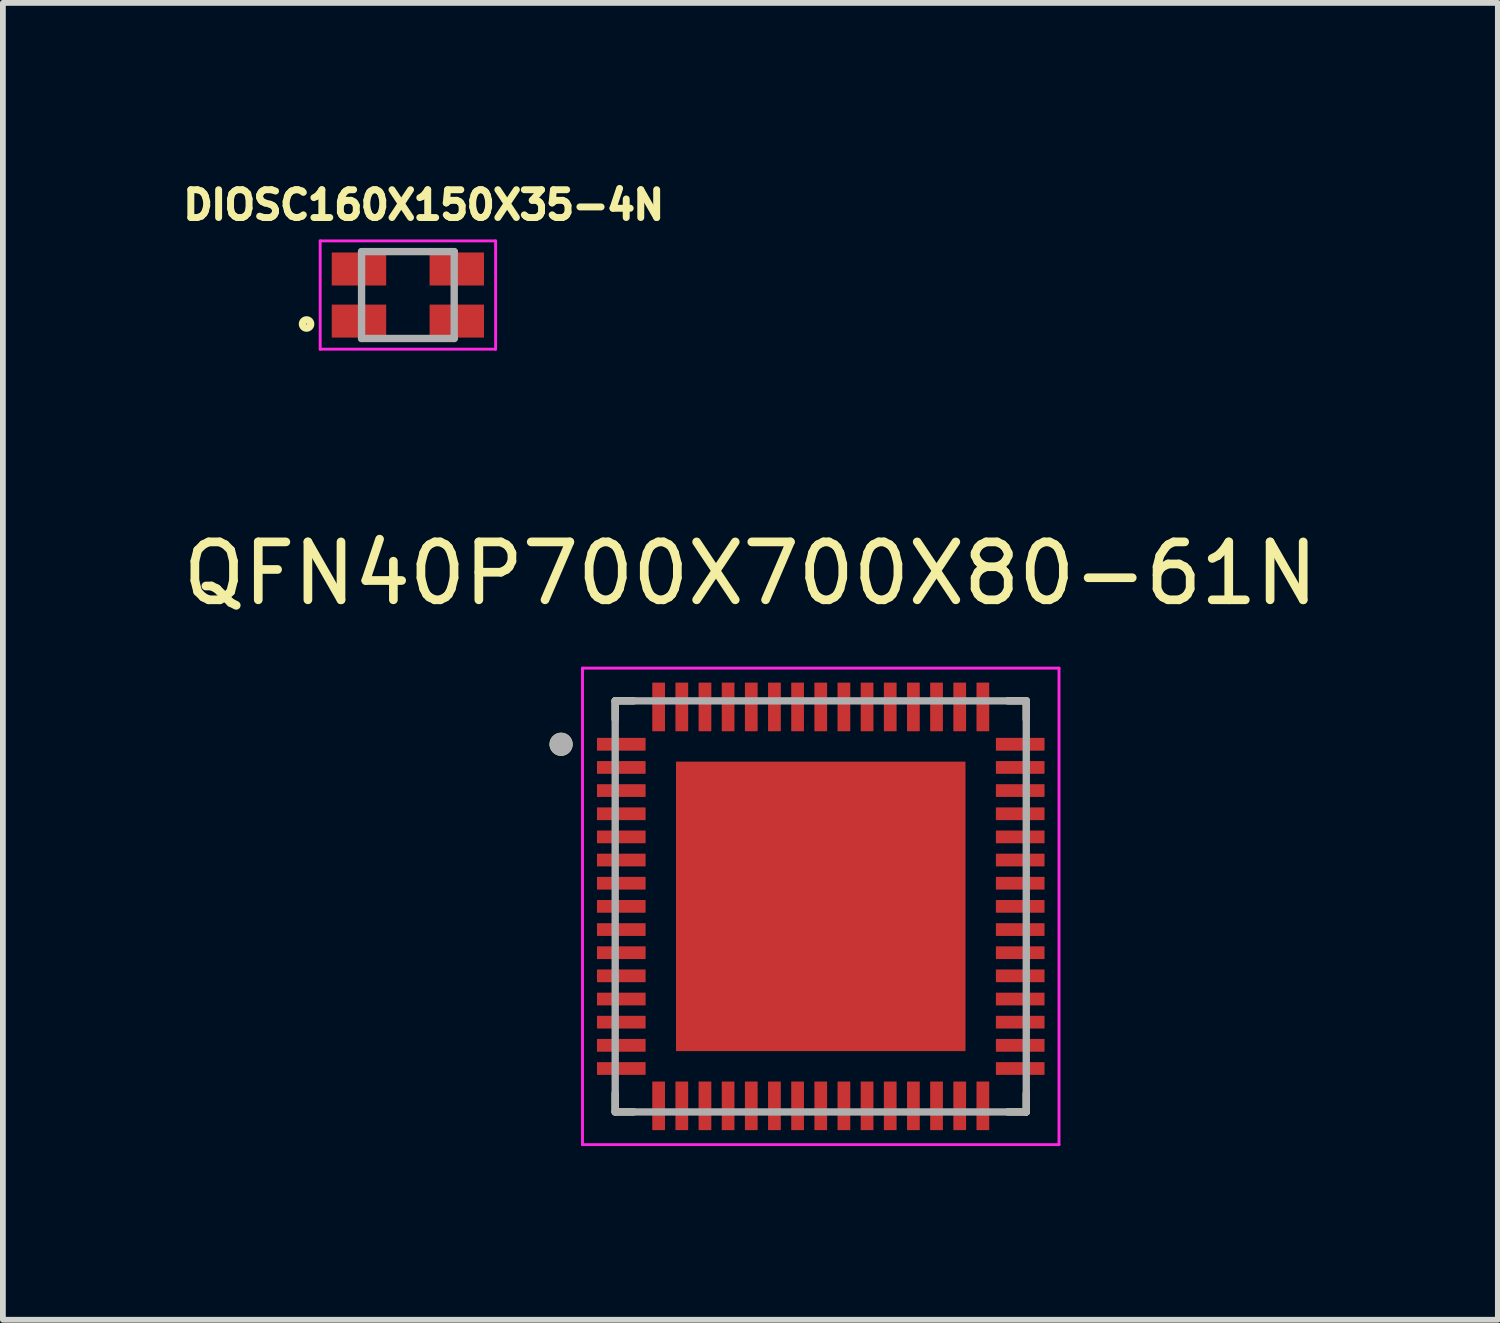
<source format=kicad_pcb>
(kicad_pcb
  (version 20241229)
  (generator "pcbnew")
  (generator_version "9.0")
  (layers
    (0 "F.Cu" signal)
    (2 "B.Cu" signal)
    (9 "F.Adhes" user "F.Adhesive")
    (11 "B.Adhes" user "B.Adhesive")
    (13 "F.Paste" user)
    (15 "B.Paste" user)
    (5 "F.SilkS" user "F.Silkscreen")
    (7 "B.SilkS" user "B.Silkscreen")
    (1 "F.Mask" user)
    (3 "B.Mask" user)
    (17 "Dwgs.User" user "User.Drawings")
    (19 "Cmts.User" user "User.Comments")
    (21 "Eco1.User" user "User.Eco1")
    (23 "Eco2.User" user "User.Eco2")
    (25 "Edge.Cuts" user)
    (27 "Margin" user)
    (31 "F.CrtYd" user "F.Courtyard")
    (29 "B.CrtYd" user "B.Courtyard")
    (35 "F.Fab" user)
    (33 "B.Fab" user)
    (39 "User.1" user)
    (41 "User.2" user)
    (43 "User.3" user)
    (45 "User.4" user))
  (footprint "QFN40P700X700X80-61N"
    (layer "F.Cu")
    (at 11.126 12.605)
    (property "Reference" "QFN40P700X700X80-61N" (at -1.215 -5.75 0) (layer "F.SilkS") (effects (font (size 1 1) (thickness 0.15))))
    (attr through_hole)
    (fp_line (start -3.55 -3.55) (end -3.55 -3.23) (stroke (width 0.127) (type solid)) (layer "F.SilkS"))
    (fp_line (start -3.55 -3.55) (end -3.23 -3.55) (stroke (width 0.127) (type solid)) (layer "F.SilkS"))
    (fp_line (start -3.55 3.55) (end -3.55 3.23) (stroke (width 0.127) (type solid)) (layer "F.SilkS"))
    (fp_line (start -3.55 3.55) (end -3.23 3.55) (stroke (width 0.127) (type solid)) (layer "F.SilkS"))
    (fp_line (start 3.55 -3.55) (end 3.23 -3.55) (stroke (width 0.127) (type solid)) (layer "F.SilkS"))
    (fp_line (start 3.55 -3.55) (end 3.55 -3.23) (stroke (width 0.127) (type solid)) (layer "F.SilkS"))
    (fp_line (start 3.55 3.55) (end 3.23 3.55) (stroke (width 0.127) (type solid)) (layer "F.SilkS"))
    (fp_line (start 3.55 3.55) (end 3.55 3.23) (stroke (width 0.127) (type solid)) (layer "F.SilkS"))
    (fp_circle (center -4.485 -2.8) (end -4.385 -2.8) (stroke (width 0.2) (type solid)) (fill no) (layer "F.SilkS"))
    (fp_poly (pts (xy -2.04 -2.04) (xy -0.46 -2.04) (xy -0.46 -0.46) (xy -2.04 -0.46)) (stroke (width 0.01) (type solid)) (fill yes) (layer "F.Paste"))
    (fp_poly (pts (xy -2.04 0.46) (xy -0.46 0.46) (xy -0.46 2.04) (xy -2.04 2.04)) (stroke (width 0.01) (type solid)) (fill yes) (layer "F.Paste"))
    (fp_poly (pts (xy 0.46 -2.04) (xy 2.04 -2.04) (xy 2.04 -0.46) (xy 0.46 -0.46)) (stroke (width 0.01) (type solid)) (fill yes) (layer "F.Paste"))
    (fp_poly (pts (xy 0.46 0.46) (xy 2.04 0.46) (xy 2.04 2.04) (xy 0.46 2.04)) (stroke (width 0.01) (type solid)) (fill yes) (layer "F.Paste"))
    (fp_line (start -4.115 -4.115) (end 4.115 -4.115) (stroke (width 0.05) (type solid)) (layer "F.CrtYd"))
    (fp_line (start -4.115 4.115) (end -4.115 -4.115) (stroke (width 0.05) (type solid)) (layer "F.CrtYd"))
    (fp_line (start -4.115 4.115) (end 4.115 4.115) (stroke (width 0.05) (type solid)) (layer "F.CrtYd"))
    (fp_line (start 4.115 4.115) (end 4.115 -4.115) (stroke (width 0.05) (type solid)) (layer "F.CrtYd"))
    (fp_line (start -3.55 3.55) (end -3.55 -3.55) (stroke (width 0.127) (type solid)) (layer "F.Fab"))
    (fp_line (start 3.55 -3.55) (end -3.55 -3.55) (stroke (width 0.127) (type solid)) (layer "F.Fab"))
    (fp_line (start 3.55 3.55) (end -3.55 3.55) (stroke (width 0.127) (type solid)) (layer "F.Fab"))
    (fp_line (start 3.55 3.55) (end 3.55 -3.55) (stroke (width 0.127) (type solid)) (layer "F.Fab"))
    (fp_circle (center -4.485 -2.8) (end -4.385 -2.8) (stroke (width 0.2) (type solid)) (fill no) (layer "F.Fab"))
    (pad "1" smd roundrect (at -3.445 -2.8) (size 0.84 0.22) (layers "F.Cu" "F.Mask" "F.Paste") (roundrect_rratio 0.03))
    (pad "2" smd roundrect (at -3.445 -2.4) (size 0.84 0.22) (layers "F.Cu" "F.Mask" "F.Paste") (roundrect_rratio 0.03))
    (pad "3" smd roundrect (at -3.445 -2) (size 0.84 0.22) (layers "F.Cu" "F.Mask" "F.Paste") (roundrect_rratio 0.03))
    (pad "4" smd roundrect (at -3.445 -1.6) (size 0.84 0.22) (layers "F.Cu" "F.Mask" "F.Paste") (roundrect_rratio 0.03))
    (pad "5" smd roundrect (at -3.445 -1.2) (size 0.84 0.22) (layers "F.Cu" "F.Mask" "F.Paste") (roundrect_rratio 0.03))
    (pad "6" smd roundrect (at -3.445 -0.8) (size 0.84 0.22) (layers "F.Cu" "F.Mask" "F.Paste") (roundrect_rratio 0.03))
    (pad "7" smd roundrect (at -3.445 -0.4) (size 0.84 0.22) (layers "F.Cu" "F.Mask" "F.Paste") (roundrect_rratio 0.03))
    (pad "8" smd roundrect (at -3.445 0) (size 0.84 0.22) (layers "F.Cu" "F.Mask" "F.Paste") (roundrect_rratio 0.03))
    (pad "9" smd roundrect (at -3.445 0.4) (size 0.84 0.22) (layers "F.Cu" "F.Mask" "F.Paste") (roundrect_rratio 0.03))
    (pad "10" smd roundrect (at -3.445 0.8) (size 0.84 0.22) (layers "F.Cu" "F.Mask" "F.Paste") (roundrect_rratio 0.03))
    (pad "11" smd roundrect (at -3.445 1.2) (size 0.84 0.22) (layers "F.Cu" "F.Mask" "F.Paste") (roundrect_rratio 0.03))
    (pad "12" smd roundrect (at -3.445 1.6) (size 0.84 0.22) (layers "F.Cu" "F.Mask" "F.Paste") (roundrect_rratio 0.03))
    (pad "13" smd roundrect (at -3.445 2) (size 0.84 0.22) (layers "F.Cu" "F.Mask" "F.Paste") (roundrect_rratio 0.03))
    (pad "14" smd roundrect (at -3.445 2.4) (size 0.84 0.22) (layers "F.Cu" "F.Mask" "F.Paste") (roundrect_rratio 0.03))
    (pad "15" smd roundrect (at -3.445 2.8) (size 0.84 0.22) (layers "F.Cu" "F.Mask" "F.Paste") (roundrect_rratio 0.03))
    (pad "16" smd roundrect (at -2.8 3.445) (size 0.22 0.84) (layers "F.Cu" "F.Mask" "F.Paste") (roundrect_rratio 0.03))
    (pad "17" smd roundrect (at -2.4 3.445) (size 0.22 0.84) (layers "F.Cu" "F.Mask" "F.Paste") (roundrect_rratio 0.03))
    (pad "18" smd roundrect (at -2 3.445) (size 0.22 0.84) (layers "F.Cu" "F.Mask" "F.Paste") (roundrect_rratio 0.03))
    (pad "19" smd roundrect (at -1.6 3.445) (size 0.22 0.84) (layers "F.Cu" "F.Mask" "F.Paste") (roundrect_rratio 0.03))
    (pad "20" smd roundrect (at -1.2 3.445) (size 0.22 0.84) (layers "F.Cu" "F.Mask" "F.Paste") (roundrect_rratio 0.03))
    (pad "21" smd roundrect (at -0.8 3.445) (size 0.22 0.84) (layers "F.Cu" "F.Mask" "F.Paste") (roundrect_rratio 0.03))
    (pad "22" smd roundrect (at -0.4 3.445) (size 0.22 0.84) (layers "F.Cu" "F.Mask" "F.Paste") (roundrect_rratio 0.03))
    (pad "23" smd roundrect (at 0 3.445) (size 0.22 0.84) (layers "F.Cu" "F.Mask" "F.Paste") (roundrect_rratio 0.03))
    (pad "24" smd roundrect (at 0.4 3.445) (size 0.22 0.84) (layers "F.Cu" "F.Mask" "F.Paste") (roundrect_rratio 0.03))
    (pad "25" smd roundrect (at 0.8 3.445) (size 0.22 0.84) (layers "F.Cu" "F.Mask" "F.Paste") (roundrect_rratio 0.03))
    (pad "26" smd roundrect (at 1.2 3.445) (size 0.22 0.84) (layers "F.Cu" "F.Mask" "F.Paste") (roundrect_rratio 0.03))
    (pad "27" smd roundrect (at 1.6 3.445) (size 0.22 0.84) (layers "F.Cu" "F.Mask" "F.Paste") (roundrect_rratio 0.03))
    (pad "28" smd roundrect (at 2 3.445) (size 0.22 0.84) (layers "F.Cu" "F.Mask" "F.Paste") (roundrect_rratio 0.03))
    (pad "29" smd roundrect (at 2.4 3.445) (size 0.22 0.84) (layers "F.Cu" "F.Mask" "F.Paste") (roundrect_rratio 0.03))
    (pad "30" smd roundrect (at 2.8 3.445) (size 0.22 0.84) (layers "F.Cu" "F.Mask" "F.Paste") (roundrect_rratio 0.03))
    (pad "31" smd roundrect (at 3.445 2.8) (size 0.84 0.22) (layers "F.Cu" "F.Mask" "F.Paste") (roundrect_rratio 0.03))
    (pad "32" smd roundrect (at 3.445 2.4) (size 0.84 0.22) (layers "F.Cu" "F.Mask" "F.Paste") (roundrect_rratio 0.03))
    (pad "33" smd roundrect (at 3.445 2) (size 0.84 0.22) (layers "F.Cu" "F.Mask" "F.Paste") (roundrect_rratio 0.03))
    (pad "34" smd roundrect (at 3.445 1.6) (size 0.84 0.22) (layers "F.Cu" "F.Mask" "F.Paste") (roundrect_rratio 0.03))
    (pad "35" smd roundrect (at 3.445 1.2) (size 0.84 0.22) (layers "F.Cu" "F.Mask" "F.Paste") (roundrect_rratio 0.03))
    (pad "36" smd roundrect (at 3.445 0.8) (size 0.84 0.22) (layers "F.Cu" "F.Mask" "F.Paste") (roundrect_rratio 0.03))
    (pad "37" smd roundrect (at 3.445 0.4) (size 0.84 0.22) (layers "F.Cu" "F.Mask" "F.Paste") (roundrect_rratio 0.03))
    (pad "38" smd roundrect (at 3.445 0) (size 0.84 0.22) (layers "F.Cu" "F.Mask" "F.Paste") (roundrect_rratio 0.03))
    (pad "39" smd roundrect (at 3.445 -0.4) (size 0.84 0.22) (layers "F.Cu" "F.Mask" "F.Paste") (roundrect_rratio 0.03))
    (pad "40" smd roundrect (at 3.445 -0.8) (size 0.84 0.22) (layers "F.Cu" "F.Mask" "F.Paste") (roundrect_rratio 0.03))
    (pad "41" smd roundrect (at 3.445 -1.2) (size 0.84 0.22) (layers "F.Cu" "F.Mask" "F.Paste") (roundrect_rratio 0.03))
    (pad "42" smd roundrect (at 3.445 -1.6) (size 0.84 0.22) (layers "F.Cu" "F.Mask" "F.Paste") (roundrect_rratio 0.03))
    (pad "43" smd roundrect (at 3.445 -2) (size 0.84 0.22) (layers "F.Cu" "F.Mask" "F.Paste") (roundrect_rratio 0.03))
    (pad "44" smd roundrect (at 3.445 -2.4) (size 0.84 0.22) (layers "F.Cu" "F.Mask" "F.Paste") (roundrect_rratio 0.03))
    (pad "45" smd roundrect (at 3.445 -2.8) (size 0.84 0.22) (layers "F.Cu" "F.Mask" "F.Paste") (roundrect_rratio 0.03))
    (pad "46" smd roundrect (at 2.8 -3.445) (size 0.22 0.84) (layers "F.Cu" "F.Mask" "F.Paste") (roundrect_rratio 0.03))
    (pad "47" smd roundrect (at 2.4 -3.445) (size 0.22 0.84) (layers "F.Cu" "F.Mask" "F.Paste") (roundrect_rratio 0.03))
    (pad "48" smd roundrect (at 2 -3.445) (size 0.22 0.84) (layers "F.Cu" "F.Mask" "F.Paste") (roundrect_rratio 0.03))
    (pad "49" smd roundrect (at 1.6 -3.445) (size 0.22 0.84) (layers "F.Cu" "F.Mask" "F.Paste") (roundrect_rratio 0.03))
    (pad "50" smd roundrect (at 1.2 -3.445) (size 0.22 0.84) (layers "F.Cu" "F.Mask" "F.Paste") (roundrect_rratio 0.03))
    (pad "51" smd roundrect (at 0.8 -3.445) (size 0.22 0.84) (layers "F.Cu" "F.Mask" "F.Paste") (roundrect_rratio 0.03))
    (pad "52" smd roundrect (at 0.4 -3.445) (size 0.22 0.84) (layers "F.Cu" "F.Mask" "F.Paste") (roundrect_rratio 0.03))
    (pad "53" smd roundrect (at 0 -3.445) (size 0.22 0.84) (layers "F.Cu" "F.Mask" "F.Paste") (roundrect_rratio 0.03))
    (pad "54" smd roundrect (at -0.4 -3.445) (size 0.22 0.84) (layers "F.Cu" "F.Mask" "F.Paste") (roundrect_rratio 0.03))
    (pad "55" smd roundrect (at -0.8 -3.445) (size 0.22 0.84) (layers "F.Cu" "F.Mask" "F.Paste") (roundrect_rratio 0.03))
    (pad "56" smd roundrect (at -1.2 -3.445) (size 0.22 0.84) (layers "F.Cu" "F.Mask" "F.Paste") (roundrect_rratio 0.03))
    (pad "57" smd roundrect (at -1.6 -3.445) (size 0.22 0.84) (layers "F.Cu" "F.Mask" "F.Paste") (roundrect_rratio 0.03))
    (pad "58" smd roundrect (at -2 -3.445) (size 0.22 0.84) (layers "F.Cu" "F.Mask" "F.Paste") (roundrect_rratio 0.03))
    (pad "59" smd roundrect (at -2.4 -3.445) (size 0.22 0.84) (layers "F.Cu" "F.Mask" "F.Paste") (roundrect_rratio 0.03))
    (pad "60" smd roundrect (at -2.8 -3.445) (size 0.22 0.84) (layers "F.Cu" "F.Mask" "F.Paste") (roundrect_rratio 0.03))
    (pad "61" smd rect (at 0 0) (size 5 5) (layers "F.Cu" "F.Mask")))
  (footprint "DIOSC160X150X35-4N"
    (layer "F.Cu")
    (at 3.995 2.046)
    (property "Reference" "DIOSC160X150X35-4N" (at 0.274 -1.555 0) (layer "F.SilkS") (effects (font (size 0.48 0.48) (thickness 0.15))))
    (attr through_hole)
    (fp_circle (center -1.75 0.5) (end -1.679 0.5) (stroke (width 0.127) (type solid)) (fill no) (layer "F.SilkS"))
    (fp_line (start -1.515 -0.935) (end 1.515 -0.935) (stroke (width 0.05) (type solid)) (layer "F.CrtYd"))
    (fp_line (start -1.515 0.935) (end -1.515 -0.935) (stroke (width 0.05) (type solid)) (layer "F.CrtYd"))
    (fp_line (start 1.515 -0.935) (end 1.515 0.935) (stroke (width 0.05) (type solid)) (layer "F.CrtYd"))
    (fp_line (start 1.515 0.935) (end -1.515 0.935) (stroke (width 0.05) (type solid)) (layer "F.CrtYd"))
    (fp_line (start -0.8 -0.75) (end 0.8 -0.75) (stroke (width 0.127) (type solid)) (layer "F.Fab"))
    (fp_line (start -0.8 0.75) (end -0.8 -0.75) (stroke (width 0.127) (type solid)) (layer "F.Fab"))
    (fp_line (start 0.8 -0.75) (end 0.8 0.75) (stroke (width 0.127) (type solid)) (layer "F.Fab"))
    (fp_line (start 0.8 0.75) (end -0.8 0.75) (stroke (width 0.127) (type solid)) (layer "F.Fab"))
    (pad "1" smd rect (at -0.845 0.45) (size 0.94 0.57) (layers "F.Cu" "F.Mask" "F.Paste"))
    (pad "2" smd rect (at -0.845 -0.45) (size 0.94 0.57) (layers "F.Cu" "F.Mask" "F.Paste"))
    (pad "3" smd rect (at 0.845 -0.45) (size 0.94 0.57) (layers "F.Cu" "F.Mask" "F.Paste"))
    (pad "4" smd rect (at 0.845 0.45) (size 0.94 0.57) (layers "F.Cu" "F.Mask" "F.Paste")))
  (gr_rect
    (start -3 -3)
    (end 22.821 19.745)
    (stroke (width 0.1) (type default))
    (fill no)
    (layer "Edge.Cuts")))
</source>
